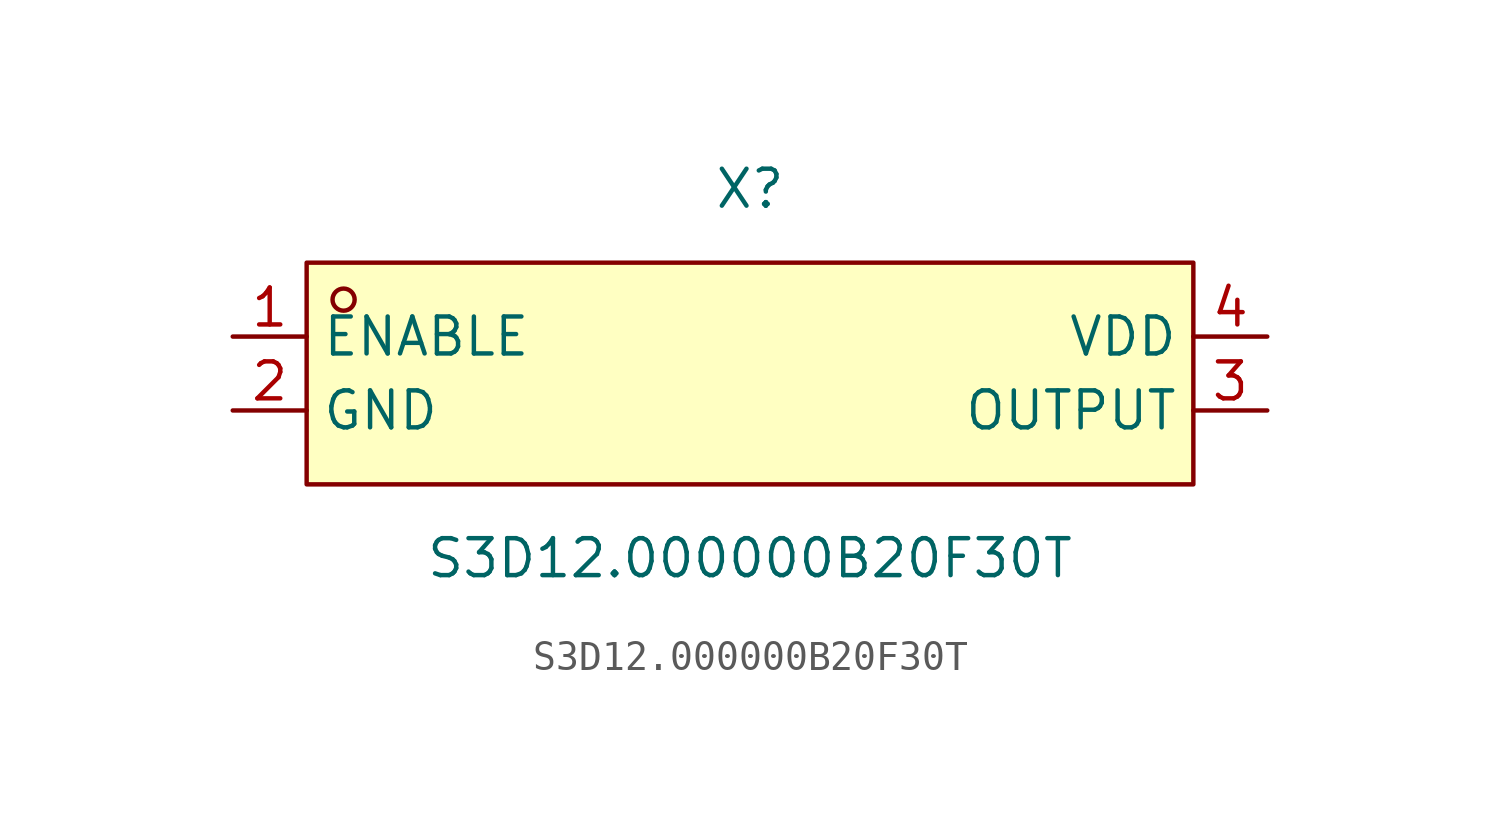
<source format=kicad_sym>
(kicad_symbol_lib
  (version 20220914)
  (generator kicad_symbol_editor)
  (symbol "S3D12.000000B20F30T"
    (property "Reference" "X"
      (at 0 5.08 0)
      (effects (font (size 1.27 1.27))))
    (property "Value" "S3D12.000000B20F30T"
      (at 0 -7.62 0)
      (effects (font (size 1.27 1.27))))
    (symbol "S3D12.000000B20F30T_0_1"
      (rectangle (start -15.24 2.54) (end 15.24 -5.08) (stroke (width 0) (type default)) (fill (type background)))
      (circle (center -13.97 1.27) (radius 0.38) (stroke (width 0) (type default)) (fill (type none))))
    (symbol "S3D12.000000B20F30T_1_1"
      (pin input line (at -17.78 0 0) (length 2.54) (name "ENABLE" (effects (font (size 1.27 1.27)))) (number "1" (effects (font (size 1.27 1.27)))))
      (pin power_in line (at -17.78 -2.54 0) (length 2.54) (name "GND" (effects (font (size 1.27 1.27)))) (number "2" (effects (font (size 1.27 1.27)))))
      (pin output line (at 17.78 -2.54 180) (length 2.54) (name "OUTPUT" (effects (font (size 1.27 1.27)))) (number "3" (effects (font (size 1.27 1.27)))))
      (pin power_in line (at 17.78 0 180) (length 2.54) (name "VDD" (effects (font (size 1.27 1.27)))) (number "4" (effects (font (size 1.27 1.27))))))))
</source>
